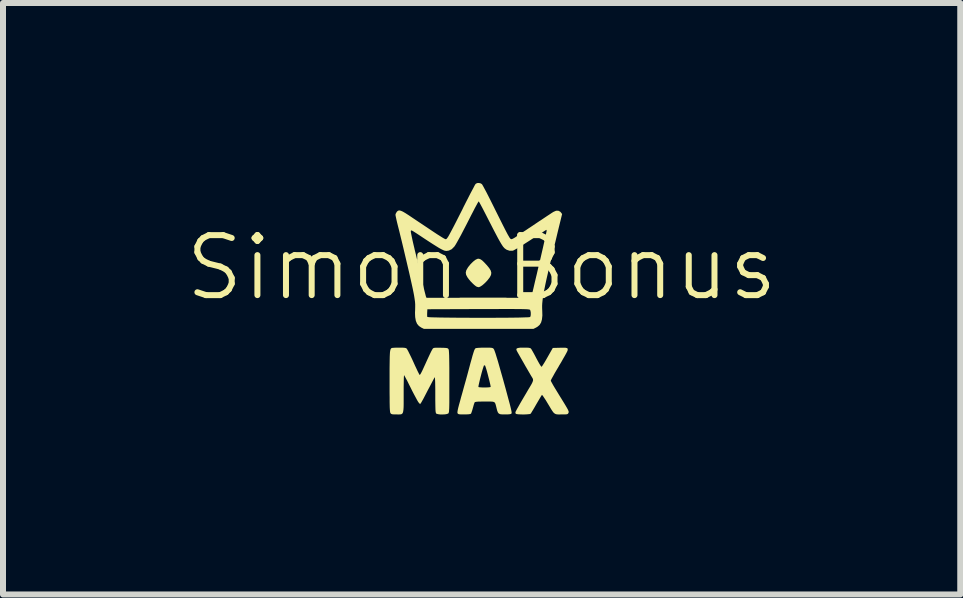
<source format=kicad_pcb>
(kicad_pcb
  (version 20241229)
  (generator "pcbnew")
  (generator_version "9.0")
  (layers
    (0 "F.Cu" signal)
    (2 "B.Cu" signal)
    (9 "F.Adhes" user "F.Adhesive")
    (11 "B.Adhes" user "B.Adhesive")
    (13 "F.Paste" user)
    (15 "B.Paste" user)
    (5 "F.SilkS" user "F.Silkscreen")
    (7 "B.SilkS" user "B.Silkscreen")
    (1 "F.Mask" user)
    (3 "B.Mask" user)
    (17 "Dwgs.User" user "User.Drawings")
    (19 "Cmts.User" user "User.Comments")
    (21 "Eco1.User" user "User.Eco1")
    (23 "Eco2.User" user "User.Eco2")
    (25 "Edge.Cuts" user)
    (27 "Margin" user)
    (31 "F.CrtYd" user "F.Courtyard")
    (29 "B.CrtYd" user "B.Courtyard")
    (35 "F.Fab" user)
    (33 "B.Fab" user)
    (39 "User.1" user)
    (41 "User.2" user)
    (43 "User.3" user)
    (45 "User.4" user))
  (footprint "Simon_Bonus"
    (layer "F.Cu")
    (at 4.979 1.912)
    (property "Reference" "Simon_Bonus" (at 0 -0.5 0) (unlocked yes) (layer "F.SilkS") (effects (font (size 1 1) (thickness 0.1))))
    (attr smd)
    (fp_poly (pts (xy -0.022 -0.641) (xy 0.006 -0.623) (xy 0.039 -0.592) (xy 0.081 -0.547) (xy 0.087 -0.541) (xy 0.126 -0.493) (xy 0.151 -0.452) (xy 0.161 -0.415) (xy 0.156 -0.379) (xy 0.136 -0.34) (xy 0.101 -0.294) (xy 0.073 -0.263) (xy 0.04 -0.231) (xy 0.008 -0.204) (xy -0.022 -0.185) (xy -0.044 -0.175) (xy -0.052 -0.175) (xy -0.063 -0.178) (xy -0.076 -0.18) (xy -0.095 -0.19) (xy -0.123 -0.212) (xy -0.154 -0.241) (xy -0.187 -0.275) (xy -0.216 -0.31) (xy -0.237 -0.339) (xy -0.259 -0.381) (xy -0.265 -0.418) (xy -0.256 -0.457) (xy -0.231 -0.5) (xy -0.223 -0.512) (xy -0.183 -0.561) (xy -0.142 -0.601) (xy -0.104 -0.631) (xy -0.071 -0.647) (xy -0.068 -0.648) (xy -0.046 -0.649)) (stroke (width 0) (type solid)) (fill yes) (layer "F.SilkS"))
    (fp_poly (pts (xy 0.103 0.833) (xy 0.141 0.834) (xy 0.166 0.836) (xy 0.182 0.84) (xy 0.193 0.846) (xy 0.201 0.855) (xy 0.208 0.867) (xy 0.218 0.893) (xy 0.232 0.933) (xy 0.249 0.989) (xy 0.271 1.06) (xy 0.296 1.148) (xy 0.326 1.254) (xy 0.361 1.377) (xy 0.366 1.396) (xy 0.398 1.511) (xy 0.424 1.608) (xy 0.446 1.69) (xy 0.464 1.756) (xy 0.478 1.81) (xy 0.488 1.852) (xy 0.495 1.883) (xy 0.499 1.905) (xy 0.5 1.92) (xy 0.499 1.929) (xy 0.497 1.931) (xy 0.487 1.939) (xy 0.467 1.943) (xy 0.434 1.946) (xy 0.39 1.946) (xy 0.341 1.946) (xy 0.307 1.942) (xy 0.285 1.931) (xy 0.27 1.912) (xy 0.258 1.88) (xy 0.249 1.844) (xy 0.239 1.803) (xy 0.231 1.774) (xy 0.222 1.753) (xy 0.208 1.741) (xy 0.187 1.734) (xy 0.155 1.732) (xy 0.11 1.731) (xy 0.054 1.731) (xy -0.012 1.732) (xy -0.06 1.733) (xy -0.092 1.736) (xy -0.11 1.74) (xy -0.116 1.744) (xy -0.122 1.758) (xy -0.132 1.787) (xy -0.142 1.824) (xy -0.146 1.838) (xy -0.157 1.877) (xy -0.168 1.91) (xy -0.176 1.93) (xy -0.178 1.934) (xy -0.192 1.94) (xy -0.219 1.944) (xy -0.263 1.946) (xy -0.29 1.946) (xy -0.336 1.946) (xy -0.366 1.945) (xy -0.385 1.941) (xy -0.395 1.935) (xy -0.402 1.927) (xy -0.404 1.917) (xy -0.403 1.9) (xy -0.399 1.875) (xy -0.391 1.838) (xy -0.378 1.788) (xy -0.36 1.724) (xy -0.343 1.66) (xy -0.319 1.576) (xy -0.295 1.488) (xy -0.054 1.488) (xy -0.054 1.489) (xy -0.042 1.493) (xy -0.016 1.495) (xy 0.019 1.497) (xy 0.058 1.497) (xy 0.095 1.496) (xy 0.126 1.494) (xy 0.146 1.49) (xy 0.15 1.488) (xy 0.149 1.476) (xy 0.144 1.449) (xy 0.135 1.411) (xy 0.124 1.365) (xy 0.111 1.315) (xy 0.098 1.264) (xy 0.085 1.217) (xy 0.073 1.177) (xy 0.063 1.147) (xy 0.057 1.132) (xy 0.057 1.131) (xy 0.043 1.128) (xy 0.038 1.131) (xy 0.033 1.144) (xy 0.024 1.171) (xy 0.012 1.21) (xy -0.001 1.256) (xy -0.014 1.306) (xy -0.027 1.357) (xy -0.038 1.404) (xy -0.047 1.444) (xy -0.053 1.473) (xy -0.054 1.488) (xy -0.295 1.488) (xy -0.293 1.481) (xy -0.265 1.382) (xy -0.239 1.287) (xy -0.216 1.201) (xy -0.21 1.179) (xy -0.187 1.092) (xy -0.167 1.022) (xy -0.152 0.966) (xy -0.139 0.924) (xy -0.129 0.893) (xy -0.121 0.871) (xy -0.113 0.857) (xy -0.107 0.848) (xy -0.1 0.843) (xy -0.099 0.842) (xy -0.082 0.839) (xy -0.051 0.836) (xy -0.009 0.834) (xy 0.041 0.833) (xy 0.05 0.833)) (stroke (width 0) (type solid)) (fill yes) (layer "F.SilkS"))
    (fp_poly (pts (xy 0.75 0.833) (xy 0.783 0.835) (xy 0.804 0.839) (xy 0.817 0.845) (xy 0.822 0.85) (xy 0.832 0.864) (xy 0.848 0.892) (xy 0.87 0.931) (xy 0.895 0.978) (xy 0.912 1.011) (xy 0.938 1.059) (xy 0.961 1.1) (xy 0.98 1.131) (xy 0.994 1.149) (xy 0.999 1.152) (xy 1.007 1.143) (xy 1.023 1.119) (xy 1.045 1.084) (xy 1.071 1.04) (xy 1.098 0.993) (xy 1.186 0.838) (xy 1.306 0.835) (xy 1.36 0.834) (xy 1.398 0.835) (xy 1.421 0.84) (xy 1.433 0.848) (xy 1.435 0.862) (xy 1.432 0.882) (xy 1.431 0.884) (xy 1.425 0.898) (xy 1.41 0.927) (xy 1.388 0.967) (xy 1.359 1.017) (xy 1.327 1.074) (xy 1.29 1.135) (xy 1.289 1.138) (xy 1.253 1.199) (xy 1.22 1.255) (xy 1.193 1.304) (xy 1.171 1.343) (xy 1.157 1.37) (xy 1.152 1.383) (xy 1.152 1.383) (xy 1.157 1.395) (xy 1.171 1.421) (xy 1.192 1.459) (xy 1.22 1.506) (xy 1.253 1.56) (xy 1.287 1.616) (xy 1.334 1.692) (xy 1.371 1.752) (xy 1.4 1.8) (xy 1.421 1.836) (xy 1.436 1.863) (xy 1.445 1.883) (xy 1.45 1.897) (xy 1.451 1.907) (xy 1.449 1.915) (xy 1.446 1.923) (xy 1.446 1.923) (xy 1.44 1.933) (xy 1.432 1.94) (xy 1.417 1.944) (xy 1.392 1.946) (xy 1.354 1.946) (xy 1.329 1.946) (xy 1.291 1.947) (xy 1.262 1.946) (xy 1.238 1.942) (xy 1.219 1.933) (xy 1.2 1.918) (xy 1.181 1.893) (xy 1.158 1.858) (xy 1.129 1.809) (xy 1.098 1.758) (xy 1.07 1.711) (xy 1.044 1.672) (xy 1.024 1.642) (xy 1.01 1.624) (xy 1.005 1.621) (xy 0.997 1.632) (xy 0.982 1.656) (xy 0.961 1.692) (xy 0.935 1.736) (xy 0.912 1.775) (xy 0.884 1.824) (xy 0.858 1.868) (xy 0.837 1.902) (xy 0.823 1.926) (xy 0.817 1.934) (xy 0.803 1.94) (xy 0.775 1.943) (xy 0.737 1.946) (xy 0.693 1.947) (xy 0.65 1.946) (xy 0.611 1.944) (xy 0.582 1.94) (xy 0.568 1.935) (xy 0.562 1.916) (xy 0.566 1.901) (xy 0.574 1.885) (xy 0.59 1.855) (xy 0.614 1.813) (xy 0.642 1.763) (xy 0.675 1.706) (xy 0.711 1.645) (xy 0.747 1.584) (xy 0.782 1.524) (xy 0.804 1.488) (xy 0.832 1.44) (xy 0.849 1.405) (xy 0.857 1.378) (xy 0.855 1.356) (xy 0.845 1.336) (xy 0.843 1.333) (xy 0.833 1.317) (xy 0.815 1.287) (xy 0.792 1.247) (xy 0.764 1.199) (xy 0.733 1.146) (xy 0.702 1.091) (xy 0.671 1.037) (xy 0.642 0.986) (xy 0.617 0.942) (xy 0.597 0.907) (xy 0.585 0.884) (xy 0.582 0.877) (xy 0.578 0.859) (xy 0.585 0.847) (xy 0.605 0.839) (xy 0.639 0.834) (xy 0.69 0.833) (xy 0.702 0.833)) (stroke (width 0) (type solid)) (fill yes) (layer "F.SilkS"))
    (fp_poly (pts (xy -1.328 0.833) (xy -1.292 0.835) (xy -1.269 0.839) (xy -1.254 0.845) (xy -1.251 0.848) (xy -1.242 0.861) (xy -1.226 0.889) (xy -1.206 0.93) (xy -1.181 0.98) (xy -1.154 1.037) (xy -1.139 1.07) (xy -1.112 1.13) (xy -1.087 1.183) (xy -1.066 1.228) (xy -1.049 1.261) (xy -1.039 1.281) (xy -1.036 1.286) (xy -1.032 1.287) (xy -1.026 1.282) (xy -1.017 1.269) (xy -1.004 1.245) (xy -0.987 1.211) (xy -0.965 1.163) (xy -0.936 1.1) (xy -0.908 1.038) (xy -0.883 0.984) (xy -0.86 0.935) (xy -0.84 0.894) (xy -0.824 0.865) (xy -0.815 0.85) (xy -0.815 0.85) (xy -0.806 0.842) (xy -0.793 0.837) (xy -0.772 0.835) (xy -0.74 0.834) (xy -0.693 0.835) (xy -0.681 0.835) (xy -0.631 0.836) (xy -0.598 0.838) (xy -0.576 0.841) (xy -0.564 0.846) (xy -0.556 0.853) (xy -0.551 0.862) (xy -0.548 0.872) (xy -0.546 0.892) (xy -0.544 0.921) (xy -0.542 0.963) (xy -0.541 1.017) (xy -0.54 1.085) (xy -0.539 1.169) (xy -0.539 1.27) (xy -0.539 1.389) (xy -0.539 1.4) (xy -0.539 1.514) (xy -0.539 1.609) (xy -0.539 1.689) (xy -0.539 1.753) (xy -0.54 1.805) (xy -0.541 1.844) (xy -0.543 1.874) (xy -0.544 1.896) (xy -0.547 1.911) (xy -0.55 1.92) (xy -0.553 1.927) (xy -0.556 1.93) (xy -0.577 1.939) (xy -0.61 1.945) (xy -0.65 1.947) (xy -0.691 1.947) (xy -0.727 1.942) (xy -0.752 1.935) (xy -0.758 1.931) (xy -0.762 1.924) (xy -0.765 1.913) (xy -0.768 1.895) (xy -0.77 1.868) (xy -0.771 1.831) (xy -0.772 1.78) (xy -0.773 1.714) (xy -0.773 1.631) (xy -0.773 1.616) (xy -0.773 1.534) (xy -0.774 1.463) (xy -0.775 1.406) (xy -0.777 1.363) (xy -0.779 1.336) (xy -0.781 1.326) (xy -0.782 1.327) (xy -0.789 1.338) (xy -0.803 1.363) (xy -0.823 1.401) (xy -0.848 1.449) (xy -0.877 1.504) (xy -0.892 1.532) (xy -0.922 1.59) (xy -0.95 1.644) (xy -0.974 1.69) (xy -0.994 1.725) (xy -1.006 1.747) (xy -1.01 1.752) (xy -1.026 1.775) (xy -1.05 1.749) (xy -1.061 1.733) (xy -1.079 1.702) (xy -1.102 1.659) (xy -1.13 1.607) (xy -1.16 1.549) (xy -1.18 1.508) (xy -1.21 1.449) (xy -1.236 1.396) (xy -1.26 1.351) (xy -1.278 1.318) (xy -1.289 1.297) (xy -1.293 1.293) (xy -1.295 1.302) (xy -1.297 1.328) (xy -1.298 1.37) (xy -1.299 1.424) (xy -1.3 1.488) (xy -1.3 1.56) (xy -1.3 1.603) (xy -1.3 1.694) (xy -1.3 1.768) (xy -1.301 1.825) (xy -1.304 1.869) (xy -1.309 1.901) (xy -1.316 1.923) (xy -1.327 1.936) (xy -1.342 1.944) (xy -1.362 1.946) (xy -1.388 1.947) (xy -1.419 1.946) (xy -1.42 1.946) (xy -1.462 1.946) (xy -1.488 1.944) (xy -1.505 1.939) (xy -1.515 1.931) (xy -1.52 1.925) (xy -1.523 1.918) (xy -1.526 1.907) (xy -1.528 1.89) (xy -1.53 1.867) (xy -1.532 1.834) (xy -1.533 1.791) (xy -1.534 1.736) (xy -1.534 1.668) (xy -1.535 1.584) (xy -1.535 1.483) (xy -1.535 1.396) (xy -1.535 1.281) (xy -1.535 1.183) (xy -1.534 1.101) (xy -1.533 1.034) (xy -1.532 0.98) (xy -1.53 0.938) (xy -1.528 0.906) (xy -1.524 0.883) (xy -1.52 0.866) (xy -1.515 0.854) (xy -1.509 0.846) (xy -1.502 0.841) (xy -1.502 0.84) (xy -1.488 0.837) (xy -1.459 0.835) (xy -1.42 0.833) (xy -1.379 0.833)) (stroke (width 0) (type solid)) (fill yes) (layer "F.SilkS"))
    (fp_poly (pts (xy -0.013 -1.904) (xy 0.006 -1.89) (xy 0.014 -1.877) (xy 0.03 -1.849) (xy 0.053 -1.806) (xy 0.082 -1.752) (xy 0.115 -1.687) (xy 0.152 -1.614) (xy 0.191 -1.536) (xy 0.222 -1.473) (xy 0.275 -1.367) (xy 0.32 -1.277) (xy 0.358 -1.201) (xy 0.389 -1.14) (xy 0.415 -1.09) (xy 0.435 -1.052) (xy 0.452 -1.023) (xy 0.464 -1.002) (xy 0.475 -0.988) (xy 0.482 -0.98) (xy 0.489 -0.976) (xy 0.495 -0.975) (xy 0.496 -0.975) (xy 0.514 -0.98) (xy 0.54 -0.994) (xy 0.557 -1.004) (xy 0.583 -1.022) (xy 0.619 -1.047) (xy 0.662 -1.075) (xy 0.697 -1.099) (xy 0.736 -1.124) (xy 0.786 -1.158) (xy 0.844 -1.196) (xy 0.906 -1.238) (xy 0.967 -1.279) (xy 0.979 -1.286) (xy 1.034 -1.323) (xy 1.086 -1.358) (xy 1.132 -1.388) (xy 1.168 -1.412) (xy 1.193 -1.428) (xy 1.199 -1.431) (xy 1.24 -1.449) (xy 1.279 -1.449) (xy 1.31 -1.433) (xy 1.321 -1.421) (xy 1.341 -1.394) (xy 1.27 -1.104) (xy 1.229 -0.932) (xy 1.191 -0.778) (xy 1.158 -0.64) (xy 1.129 -0.517) (xy 1.104 -0.409) (xy 1.082 -0.314) (xy 1.064 -0.23) (xy 1.049 -0.157) (xy 1.036 -0.093) (xy 1.026 -0.037) (xy 1.019 0.012) (xy 1.014 0.056) (xy 1.01 0.095) (xy 1.008 0.131) (xy 1.008 0.165) (xy 1.009 0.198) (xy 1.01 0.218) (xy 1.012 0.298) (xy 1.005 0.363) (xy 0.991 0.413) (xy 0.967 0.453) (xy 0.933 0.483) (xy 0.908 0.498) (xy 0.864 0.52) (xy -0.05 0.52) (xy -0.963 0.52) (xy -1.006 0.499) (xy -1.046 0.472) (xy -1.077 0.435) (xy -1.097 0.387) (xy -1.108 0.325) (xy -1.11 0.284) (xy -0.909 0.284) (xy -0.908 0.31) (xy -0.906 0.321) (xy -0.895 0.323) (xy -0.867 0.326) (xy -0.823 0.328) (xy -0.764 0.329) (xy -0.692 0.331) (xy -0.61 0.332) (xy -0.518 0.333) (xy -0.419 0.334) (xy -0.314 0.335) (xy -0.205 0.335) (xy -0.094 0.336) (xy 0.019 0.336) (xy 0.13 0.336) (xy 0.238 0.335) (xy 0.342 0.335) (xy 0.44 0.334) (xy 0.53 0.333) (xy 0.61 0.332) (xy 0.679 0.33) (xy 0.735 0.328) (xy 0.776 0.327) (xy 0.801 0.324) (xy 0.808 0.323) (xy 0.816 0.304) (xy 0.819 0.275) (xy 0.818 0.243) (xy 0.812 0.215) (xy 0.807 0.204) (xy 0.804 0.201) (xy 0.798 0.199) (xy 0.789 0.197) (xy 0.775 0.195) (xy 0.754 0.193) (xy 0.726 0.192) (xy 0.69 0.191) (xy 0.643 0.19) (xy 0.586 0.19) (xy 0.516 0.189) (xy 0.433 0.189) (xy 0.335 0.189) (xy 0.221 0.19) (xy 0.09 0.19) (xy -0.055 0.19) (xy -0.905 0.193) (xy -0.908 0.25) (xy -0.909 0.284) (xy -1.11 0.284) (xy -1.111 0.248) (xy -1.109 0.204) (xy -1.108 0.155) (xy -1.108 0.111) (xy -1.111 0.068) (xy -1.118 0.018) (xy -1.128 -0.045) (xy -1.129 -0.049) (xy -1.137 -0.091) (xy -1.149 -0.15) (xy -1.165 -0.223) (xy -1.184 -0.308) (xy -1.205 -0.402) (xy -1.229 -0.504) (xy -1.254 -0.611) (xy -1.28 -0.721) (xy -1.306 -0.832) (xy -1.332 -0.94) (xy -1.358 -1.045) (xy -1.373 -1.108) (xy -1.181 -1.108) (xy -1.18 -1.092) (xy -1.174 -1.06) (xy -1.165 -1.015) (xy -1.153 -0.958) (xy -1.138 -0.892) (xy -1.121 -0.821) (xy -1.117 -0.802) (xy -1.095 -0.714) (xy -1.072 -0.617) (xy -1.049 -0.518) (xy -1.026 -0.421) (xy -1.005 -0.333) (xy -0.993 -0.281) (xy -0.977 -0.214) (xy -0.963 -0.153) (xy -0.95 -0.1) (xy -0.939 -0.058) (xy -0.932 -0.03) (xy -0.929 -0.02) (xy -0.92 0.002) (xy -0.05 0.002) (xy 0.82 0.002) (xy 0.829 -0.02) (xy 0.833 -0.034) (xy 0.841 -0.065) (xy 0.852 -0.11) (xy 0.866 -0.168) (xy 0.882 -0.237) (xy 0.9 -0.314) (xy 0.92 -0.397) (xy 0.94 -0.484) (xy 0.961 -0.573) (xy 0.982 -0.661) (xy 1.002 -0.748) (xy 1.021 -0.83) (xy 1.038 -0.906) (xy 1.053 -0.973) (xy 1.066 -1.03) (xy 1.075 -1.073) (xy 1.081 -1.102) (xy 1.083 -1.114) (xy 1.081 -1.128) (xy 1.079 -1.131) (xy 1.07 -1.126) (xy 1.046 -1.111) (xy 1.011 -1.088) (xy 0.965 -1.059) (xy 0.91 -1.023) (xy 0.849 -0.984) (xy 0.813 -0.96) (xy 0.747 -0.918) (xy 0.686 -0.879) (xy 0.631 -0.845) (xy 0.584 -0.817) (xy 0.548 -0.797) (xy 0.525 -0.785) (xy 0.519 -0.783) (xy 0.466 -0.782) (xy 0.416 -0.799) (xy 0.383 -0.822) (xy 0.371 -0.835) (xy 0.357 -0.851) (xy 0.342 -0.873) (xy 0.323 -0.903) (xy 0.301 -0.941) (xy 0.274 -0.989) (xy 0.243 -1.048) (xy 0.205 -1.12) (xy 0.161 -1.206) (xy 0.109 -1.307) (xy 0.077 -1.37) (xy 0.045 -1.432) (xy 0.016 -1.488) (xy -0.009 -1.535) (xy -0.029 -1.572) (xy -0.043 -1.596) (xy -0.05 -1.605) (xy -0.05 -1.605) (xy -0.056 -1.596) (xy -0.07 -1.573) (xy -0.09 -1.536) (xy -0.116 -1.488) (xy -0.145 -1.431) (xy -0.178 -1.368) (xy -0.189 -1.346) (xy -0.249 -1.228) (xy -0.301 -1.128) (xy -0.345 -1.043) (xy -0.383 -0.974) (xy -0.413 -0.92) (xy -0.437 -0.879) (xy -0.455 -0.852) (xy -0.458 -0.849) (xy -0.499 -0.808) (xy -0.547 -0.785) (xy -0.588 -0.779) (xy -0.604 -0.781) (xy -0.623 -0.785) (xy -0.646 -0.795) (xy -0.675 -0.809) (xy -0.711 -0.829) (xy -0.756 -0.857) (xy -0.812 -0.892) (xy -0.88 -0.936) (xy -0.961 -0.989) (xy -1.027 -1.033) (xy -1.08 -1.068) (xy -1.119 -1.093) (xy -1.146 -1.11) (xy -1.164 -1.119) (xy -1.174 -1.121) (xy -1.179 -1.118) (xy -1.181 -1.111) (xy -1.181 -1.108) (xy -1.373 -1.108) (xy -1.382 -1.143) (xy -1.394 -1.19) (xy -1.408 -1.246) (xy -1.42 -1.297) (xy -1.429 -1.339) (xy -1.435 -1.369) (xy -1.437 -1.382) (xy -1.431 -1.403) (xy -1.417 -1.427) (xy -1.417 -1.428) (xy -1.403 -1.443) (xy -1.387 -1.452) (xy -1.369 -1.454) (xy -1.345 -1.448) (xy -1.313 -1.434) (xy -1.272 -1.41) (xy -1.219 -1.376) (xy -1.158 -1.335) (xy -1.046 -1.26) (xy -0.95 -1.196) (xy -0.868 -1.141) (xy -0.799 -1.095) (xy -0.743 -1.058) (xy -0.697 -1.029) (xy -0.661 -1.006) (xy -0.634 -0.99) (xy -0.615 -0.98) (xy -0.604 -0.975) (xy -0.599 -0.975) (xy -0.593 -0.976) (xy -0.586 -0.98) (xy -0.578 -0.988) (xy -0.568 -1.002) (xy -0.554 -1.023) (xy -0.538 -1.052) (xy -0.517 -1.091) (xy -0.491 -1.14) (xy -0.459 -1.201) (xy -0.421 -1.275) (xy -0.376 -1.364) (xy -0.323 -1.468) (xy -0.302 -1.512) (xy -0.262 -1.591) (xy -0.224 -1.665) (xy -0.19 -1.732) (xy -0.159 -1.79) (xy -0.134 -1.837) (xy -0.116 -1.872) (xy -0.104 -1.891) (xy -0.102 -1.895) (xy -0.077 -1.91) (xy -0.045 -1.912)) (stroke (width 0) (type solid)) (fill yes) (layer "F.SilkS")))
  (gr_rect
    (start -3 -3)
    (end 12.957 6.86)
    (stroke (width 0.1) (type default))
    (fill no)
    (layer "Edge.Cuts")))
</source>
